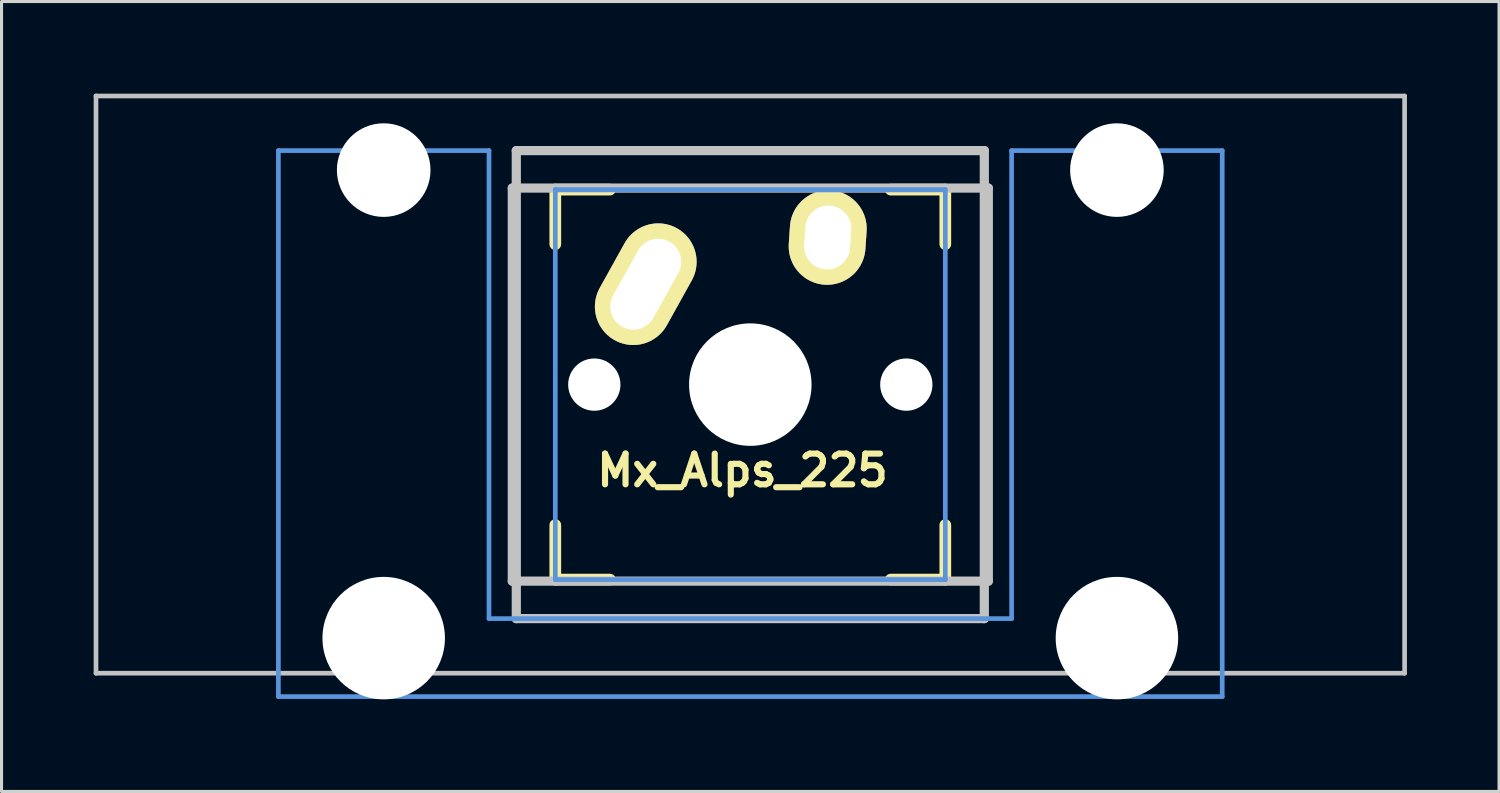
<source format=kicad_pcb>
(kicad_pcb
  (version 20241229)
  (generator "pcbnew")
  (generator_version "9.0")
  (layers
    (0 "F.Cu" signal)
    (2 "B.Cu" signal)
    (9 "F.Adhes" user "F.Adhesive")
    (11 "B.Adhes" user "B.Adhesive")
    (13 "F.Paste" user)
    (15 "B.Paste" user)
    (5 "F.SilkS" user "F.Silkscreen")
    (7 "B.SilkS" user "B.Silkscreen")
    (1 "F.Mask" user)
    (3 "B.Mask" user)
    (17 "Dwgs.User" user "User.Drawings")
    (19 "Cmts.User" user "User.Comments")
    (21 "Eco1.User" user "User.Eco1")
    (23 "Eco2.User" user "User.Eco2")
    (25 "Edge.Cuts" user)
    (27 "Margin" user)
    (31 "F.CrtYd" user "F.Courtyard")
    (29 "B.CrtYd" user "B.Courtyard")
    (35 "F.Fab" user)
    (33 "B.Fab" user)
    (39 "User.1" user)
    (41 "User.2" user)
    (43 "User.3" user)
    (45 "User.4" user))
  (footprint "Mx_Alps_225"
    (layer "F.Cu")
    (at 21.382 9.474)
    (property "Reference" "Mx_Alps_225" (at -0.254 2.794 0) (layer "F.SilkS") (effects (font (size 1 1) (thickness 0.2))))
    (attr through_hole)
    (fp_line (start -6.35 -6.35) (end -4.572 -6.35) (stroke (width 0.381) (type solid)) (layer "F.SilkS"))
    (fp_line (start -6.35 -4.572) (end -6.35 -6.35) (stroke (width 0.381) (type solid)) (layer "F.SilkS"))
    (fp_line (start -6.35 6.35) (end -6.35 4.572) (stroke (width 0.381) (type solid)) (layer "F.SilkS"))
    (fp_line (start -4.572 6.35) (end -6.35 6.35) (stroke (width 0.381) (type solid)) (layer "F.SilkS"))
    (fp_line (start 4.572 -6.35) (end 6.35 -6.35) (stroke (width 0.381) (type solid)) (layer "F.SilkS"))
    (fp_line (start 6.35 -6.35) (end 6.35 -4.572) (stroke (width 0.381) (type solid)) (layer "F.SilkS"))
    (fp_line (start 6.35 4.572) (end 6.35 6.35) (stroke (width 0.381) (type solid)) (layer "F.SilkS"))
    (fp_line (start 6.35 6.35) (end 4.572 6.35) (stroke (width 0.381) (type solid)) (layer "F.SilkS"))
    (fp_line (start -21.306 -9.398) (end 21.306 -9.398) (stroke (width 0.152) (type solid)) (layer "Dwgs.User"))
    (fp_line (start -21.306 9.398) (end -21.306 -9.398) (stroke (width 0.152) (type solid)) (layer "Dwgs.User"))
    (fp_line (start -7.75 6.4) (end -7.75 -6.4) (stroke (width 0.3) (type solid)) (layer "Dwgs.User"))
    (fp_line (start -7.75 6.4) (end 7.75 6.4) (stroke (width 0.3) (type solid)) (layer "Dwgs.User"))
    (fp_line (start -7.62 -7.62) (end 7.62 -7.62) (stroke (width 0.3) (type solid)) (layer "Dwgs.User"))
    (fp_line (start -7.62 7.62) (end -7.62 -7.62) (stroke (width 0.3) (type solid)) (layer "Dwgs.User"))
    (fp_line (start 7.62 -7.62) (end 7.62 7.62) (stroke (width 0.3) (type solid)) (layer "Dwgs.User"))
    (fp_line (start 7.62 7.62) (end -7.62 7.62) (stroke (width 0.3) (type solid)) (layer "Dwgs.User"))
    (fp_line (start 7.75 -6.4) (end -7.75 -6.4) (stroke (width 0.3) (type solid)) (layer "Dwgs.User"))
    (fp_line (start 7.75 6.4) (end 7.75 -6.4) (stroke (width 0.3) (type solid)) (layer "Dwgs.User"))
    (fp_line (start 21.306 -9.398) (end 21.306 9.398) (stroke (width 0.152) (type solid)) (layer "Dwgs.User"))
    (fp_line (start 21.306 9.398) (end -21.306 9.398) (stroke (width 0.152) (type solid)) (layer "Dwgs.User"))
    (fp_line (start -15.367 -7.62) (end -15.367 10.16) (stroke (width 0.152) (type solid)) (layer "Cmts.User"))
    (fp_line (start -15.367 10.16) (end 15.367 10.16) (stroke (width 0.152) (type solid)) (layer "Cmts.User"))
    (fp_line (start -8.509 -7.62) (end -15.367 -7.62) (stroke (width 0.152) (type solid)) (layer "Cmts.User"))
    (fp_line (start -8.509 7.62) (end -8.509 -7.62) (stroke (width 0.152) (type solid)) (layer "Cmts.User"))
    (fp_line (start -6.35 -6.35) (end 6.35 -6.35) (stroke (width 0.152) (type solid)) (layer "Cmts.User"))
    (fp_line (start -6.35 6.35) (end -6.35 -6.35) (stroke (width 0.152) (type solid)) (layer "Cmts.User"))
    (fp_line (start 6.35 -6.35) (end 6.35 6.35) (stroke (width 0.152) (type solid)) (layer "Cmts.User"))
    (fp_line (start 6.35 6.35) (end -6.35 6.35) (stroke (width 0.152) (type solid)) (layer "Cmts.User"))
    (fp_line (start 8.509 -7.62) (end 8.509 7.62) (stroke (width 0.152) (type solid)) (layer "Cmts.User"))
    (fp_line (start 8.509 7.62) (end -8.509 7.62) (stroke (width 0.152) (type solid)) (layer "Cmts.User"))
    (fp_line (start 15.367 -7.62) (end 8.509 -7.62) (stroke (width 0.152) (type solid)) (layer "Cmts.User"))
    (fp_line (start 15.367 10.16) (end 15.367 -7.62) (stroke (width 0.152) (type solid)) (layer "Cmts.User"))
    (fp_line (start -16.129 -2.286) (end -15.265 -2.286) (stroke (width 0.152) (type solid)) (layer "Eco2.User"))
    (fp_line (start -16.129 0.508) (end -16.129 -2.286) (stroke (width 0.152) (type solid)) (layer "Eco2.User"))
    (fp_line (start -15.265 -5.69) (end -8.611 -5.69) (stroke (width 0.152) (type solid)) (layer "Eco2.User"))
    (fp_line (start -15.265 -2.286) (end -15.265 -5.69) (stroke (width 0.152) (type solid)) (layer "Eco2.User"))
    (fp_line (start -15.265 0.508) (end -16.129 0.508) (stroke (width 0.152) (type solid)) (layer "Eco2.User"))
    (fp_line (start -15.265 6.604) (end -15.265 0.508) (stroke (width 0.152) (type solid)) (layer "Eco2.User"))
    (fp_line (start -14.224 6.604) (end -15.265 6.604) (stroke (width 0.152) (type solid)) (layer "Eco2.User"))
    (fp_line (start -14.224 7.772) (end -14.224 6.604) (stroke (width 0.152) (type solid)) (layer "Eco2.User"))
    (fp_line (start -9.652 6.604) (end -9.652 7.772) (stroke (width 0.152) (type solid)) (layer "Eco2.User"))
    (fp_line (start -9.652 7.772) (end -14.224 7.772) (stroke (width 0.152) (type solid)) (layer "Eco2.User"))
    (fp_line (start -8.611 -5.69) (end -8.611 -4.877) (stroke (width 0.152) (type solid)) (layer "Eco2.User"))
    (fp_line (start -8.611 -4.877) (end -6.985 -4.877) (stroke (width 0.152) (type solid)) (layer "Eco2.User"))
    (fp_line (start -8.611 5.817) (end -8.611 6.604) (stroke (width 0.152) (type solid)) (layer "Eco2.User"))
    (fp_line (start -8.611 6.604) (end -9.652 6.604) (stroke (width 0.152) (type solid)) (layer "Eco2.User"))
    (fp_line (start -6.985 -6.985) (end 6.985 -6.985) (stroke (width 0.152) (type solid)) (layer "Eco2.User"))
    (fp_line (start -6.985 -4.877) (end -6.985 -6.985) (stroke (width 0.152) (type solid)) (layer "Eco2.User"))
    (fp_line (start -6.985 5.817) (end -8.611 5.817) (stroke (width 0.152) (type solid)) (layer "Eco2.User"))
    (fp_line (start -6.985 6.985) (end -6.985 5.817) (stroke (width 0.152) (type solid)) (layer "Eco2.User"))
    (fp_line (start 6.985 -6.985) (end 6.985 -4.877) (stroke (width 0.152) (type solid)) (layer "Eco2.User"))
    (fp_line (start 6.985 -4.877) (end 8.611 -4.877) (stroke (width 0.152) (type solid)) (layer "Eco2.User"))
    (fp_line (start 6.985 5.817) (end 6.985 6.985) (stroke (width 0.152) (type solid)) (layer "Eco2.User"))
    (fp_line (start 6.985 6.985) (end -6.985 6.985) (stroke (width 0.152) (type solid)) (layer "Eco2.User"))
    (fp_line (start 8.611 -5.69) (end 15.265 -5.69) (stroke (width 0.152) (type solid)) (layer "Eco2.User"))
    (fp_line (start 8.611 -4.877) (end 8.611 -5.69) (stroke (width 0.152) (type solid)) (layer "Eco2.User"))
    (fp_line (start 8.611 5.817) (end 6.985 5.817) (stroke (width 0.152) (type solid)) (layer "Eco2.User"))
    (fp_line (start 8.611 6.604) (end 8.611 5.817) (stroke (width 0.152) (type solid)) (layer "Eco2.User"))
    (fp_line (start 9.652 6.604) (end 8.611 6.604) (stroke (width 0.152) (type solid)) (layer "Eco2.User"))
    (fp_line (start 9.652 7.772) (end 9.652 6.604) (stroke (width 0.152) (type solid)) (layer "Eco2.User"))
    (fp_line (start 14.224 6.604) (end 14.224 7.772) (stroke (width 0.152) (type solid)) (layer "Eco2.User"))
    (fp_line (start 14.224 7.772) (end 9.652 7.772) (stroke (width 0.152) (type solid)) (layer "Eco2.User"))
    (fp_line (start 15.265 -5.69) (end 15.265 -2.286) (stroke (width 0.152) (type solid)) (layer "Eco2.User"))
    (fp_line (start 15.265 -2.286) (end 16.129 -2.286) (stroke (width 0.152) (type solid)) (layer "Eco2.User"))
    (fp_line (start 15.265 0.508) (end 15.265 6.604) (stroke (width 0.152) (type solid)) (layer "Eco2.User"))
    (fp_line (start 15.265 6.604) (end 14.224 6.604) (stroke (width 0.152) (type solid)) (layer "Eco2.User"))
    (fp_line (start 16.129 -2.286) (end 16.129 0.508) (stroke (width 0.152) (type solid)) (layer "Eco2.User"))
    (fp_line (start 16.129 0.508) (end 15.265 0.508) (stroke (width 0.152) (type solid)) (layer "Eco2.User"))
    (pad "" np_thru_hole circle (at -11.938 -6.985) (size 3.048 3.048) (drill 3.048) (layers "*.Cu"))
    (pad "" np_thru_hole circle (at -11.938 8.255) (size 3.988 3.988) (drill 3.988) (layers "*.Cu"))
    (pad "" np_thru_hole circle (at -5.08 0) (size 1.702 1.702) (drill 1.702) (layers "*.Cu"))
    (pad "" np_thru_hole circle (at 0 0) (size 3.988 3.988) (drill 3.988) (layers "*.Cu"))
    (pad "" np_thru_hole circle (at 5.08 0) (size 1.702 1.702) (drill 1.702) (layers "*.Cu"))
    (pad "" np_thru_hole circle (at 11.938 -6.985) (size 3.048 3.048) (drill 3.048) (layers "*.Cu"))
    (pad "" np_thru_hole circle (at 11.938 8.255) (size 3.988 3.988) (drill 3.988) (layers "*.Cu"))
    (pad "1" thru_hole oval (at -3.405 -3.27 330.95) (size 2.5 4.17) (drill oval 1.5 3.17) (layers "*.Cu" "*.Mask" "F.SilkS"))
    (pad "2" thru_hole oval (at 2.52 -4.79 356.1) (size 2.5 3.08) (drill oval 1.5 2.08) (layers "*.Cu" "*.Mask" "F.SilkS")))
  (gr_rect
    (start -3 -3)
    (end 45.763 22.723)
    (stroke (width 0.1) (type default))
    (fill no)
    (layer "Edge.Cuts")))
</source>
